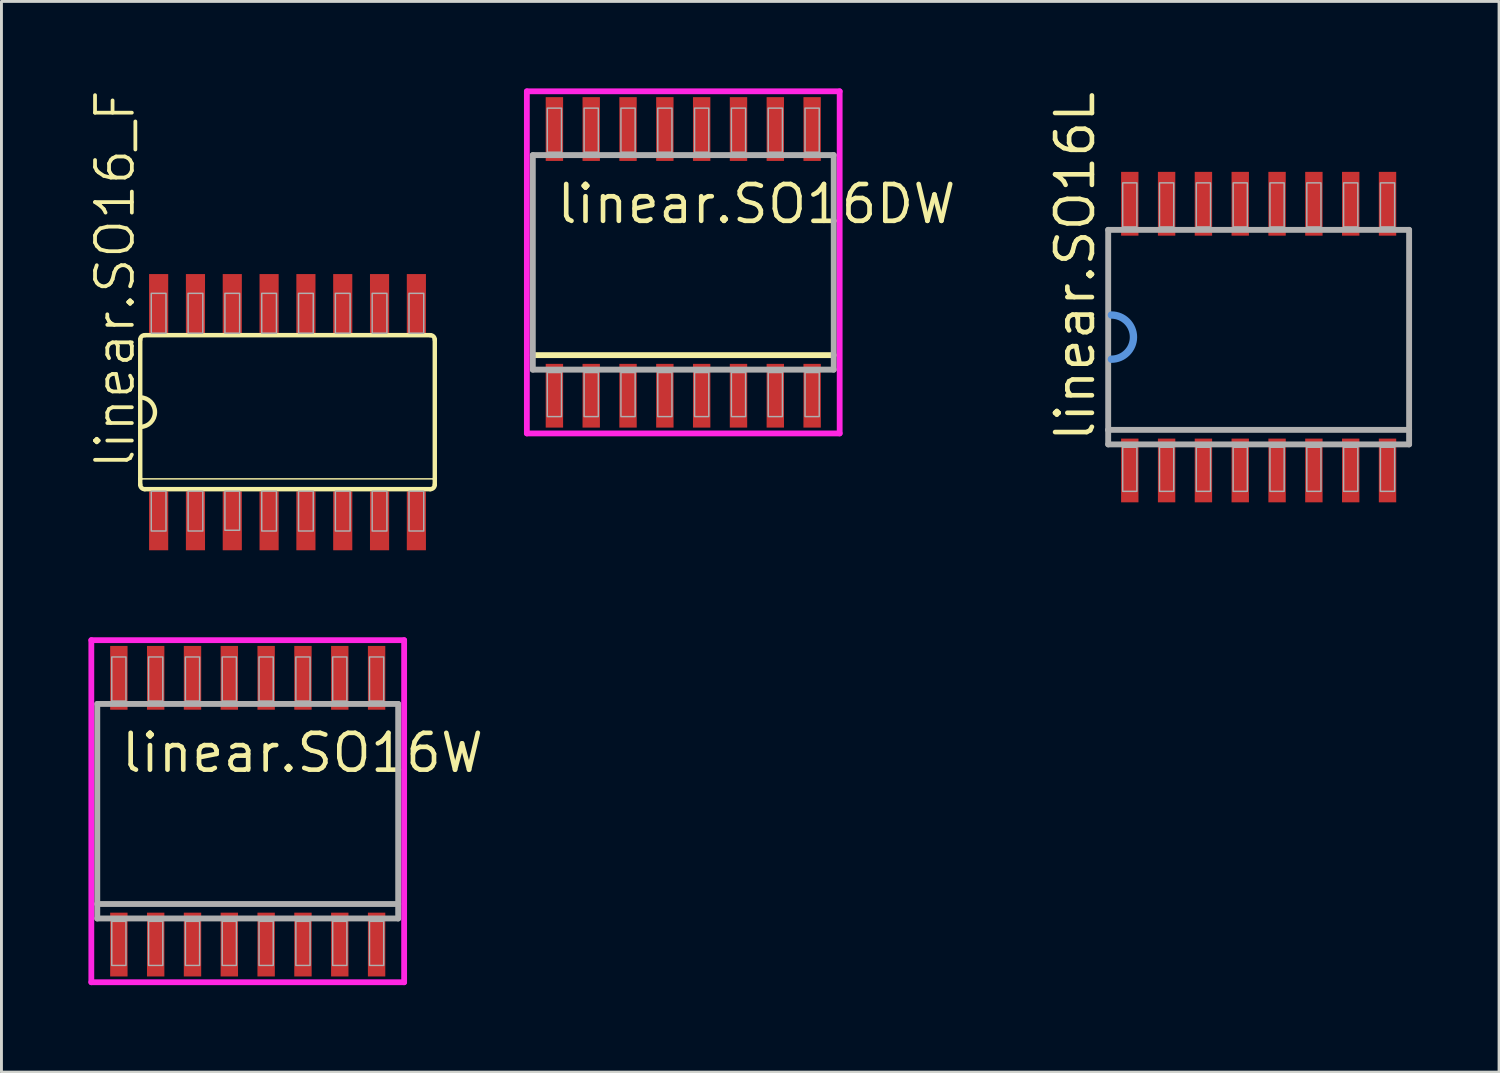
<source format=kicad_pcb>
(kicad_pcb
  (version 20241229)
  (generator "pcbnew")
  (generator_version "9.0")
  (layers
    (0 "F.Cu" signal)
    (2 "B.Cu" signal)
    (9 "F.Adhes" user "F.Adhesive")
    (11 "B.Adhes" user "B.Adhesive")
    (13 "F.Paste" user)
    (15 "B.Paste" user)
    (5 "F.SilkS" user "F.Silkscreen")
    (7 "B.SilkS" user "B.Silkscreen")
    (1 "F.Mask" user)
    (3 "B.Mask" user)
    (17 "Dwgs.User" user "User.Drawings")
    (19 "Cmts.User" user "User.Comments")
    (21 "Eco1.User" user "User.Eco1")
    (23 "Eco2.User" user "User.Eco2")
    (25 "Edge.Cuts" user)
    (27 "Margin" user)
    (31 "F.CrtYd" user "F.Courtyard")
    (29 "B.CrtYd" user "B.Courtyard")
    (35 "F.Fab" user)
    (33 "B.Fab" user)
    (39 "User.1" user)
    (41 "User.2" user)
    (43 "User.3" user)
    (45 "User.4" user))
  (footprint "linear.SO16_F"
    (layer "F.Cu")
    (at 6.867 11.167)
    (property "Reference" "linear.SO16_F" (at -5.207 2.032 90) (layer "F.SilkS") (effects (font (size 1.27 1.27) (thickness 0.13)) (justify left bottom)))
    (attr smd)
    (fp_line (start -5.08 -2.5) (end -5.08 -0.508) (stroke (width 0.152) (type default)) (layer "F.SilkS"))
    (fp_line (start -5.08 -0.508) (end -5.08 0.508) (stroke (width 0.152) (type default)) (layer "F.SilkS"))
    (fp_line (start -5.08 0.508) (end -5.08 2.3) (stroke (width 0.152) (type default)) (layer "F.SilkS"))
    (fp_line (start -5.08 2.3) (end -5.08 2.5) (stroke (width 0.152) (type default)) (layer "F.SilkS"))
    (fp_line (start -5.08 2.3) (end 5.08 2.3) (stroke (width 0.051) (type default)) (layer "F.SilkS"))
    (fp_line (start -4.924 2.656) (end 4.924 2.656) (stroke (width 0.152) (type default)) (layer "F.SilkS"))
    (fp_line (start 4.924 -2.656) (end -4.924 -2.656) (stroke (width 0.152) (type default)) (layer "F.SilkS"))
    (fp_line (start 5.08 2.3) (end 5.08 -2.5) (stroke (width 0.152) (type default)) (layer "F.SilkS"))
    (fp_line (start 5.08 2.5) (end 5.08 2.3) (stroke (width 0.152) (type default)) (layer "F.SilkS"))
    (fp_arc (start -5.08 -2.4998) (mid -5.034309 -2.610109) (end -4.924 -2.6558) (stroke (width 0.1524) (type default)) (layer "F.SilkS"))
    (fp_arc (start -5.08 -0.508) (mid -4.572 0) (end -5.08 0.508) (stroke (width 0.1524) (type default)) (layer "F.SilkS"))
    (fp_arc (start -4.924 2.6558) (mid -5.034309 2.610109) (end -5.08 2.4998) (stroke (width 0.1524) (type default)) (layer "F.SilkS"))
    (fp_arc (start 4.924 -2.6558) (mid 5.034309 -2.610109) (end 5.08 -2.4998) (stroke (width 0.1524) (type default)) (layer "F.SilkS"))
    (fp_arc (start 5.08 2.4998) (mid 5.034309 2.610109) (end 4.924 2.6558) (stroke (width 0.1524) (type default)) (layer "F.SilkS"))
    (fp_rect (start -4.699 -2.725) (end -4.191 -4.099) (stroke (width 0.05) (type default)) (fill no) (layer "F.Fab"))
    (fp_rect (start -4.699 4.099) (end -4.191 2.725) (stroke (width 0.05) (type default)) (fill no) (layer "F.Fab"))
    (fp_rect (start -3.429 -2.725) (end -2.921 -4.099) (stroke (width 0.05) (type default)) (fill no) (layer "F.Fab"))
    (fp_rect (start -3.429 4.099) (end -2.921 2.725) (stroke (width 0.05) (type default)) (fill no) (layer "F.Fab"))
    (fp_rect (start -2.159 -2.725) (end -1.651 -4.099) (stroke (width 0.05) (type default)) (fill no) (layer "F.Fab"))
    (fp_rect (start -2.159 4.073) (end -1.651 2.725) (stroke (width 0.05) (type default)) (fill no) (layer "F.Fab"))
    (fp_rect (start -0.889 -2.725) (end -0.381 -4.099) (stroke (width 0.05) (type default)) (fill no) (layer "F.Fab"))
    (fp_rect (start -0.889 4.099) (end -0.381 2.725) (stroke (width 0.05) (type default)) (fill no) (layer "F.Fab"))
    (fp_rect (start 0.381 -2.725) (end 0.889 -4.099) (stroke (width 0.05) (type default)) (fill no) (layer "F.Fab"))
    (fp_rect (start 0.381 4.099) (end 0.889 2.725) (stroke (width 0.05) (type default)) (fill no) (layer "F.Fab"))
    (fp_rect (start 1.651 -2.725) (end 2.159 -4.099) (stroke (width 0.05) (type default)) (fill no) (layer "F.Fab"))
    (fp_rect (start 1.651 4.099) (end 2.159 2.725) (stroke (width 0.05) (type default)) (fill no) (layer "F.Fab"))
    (fp_rect (start 2.921 -2.725) (end 3.429 -4.099) (stroke (width 0.05) (type default)) (fill no) (layer "F.Fab"))
    (fp_rect (start 2.921 4.099) (end 3.429 2.725) (stroke (width 0.05) (type default)) (fill no) (layer "F.Fab"))
    (fp_rect (start 4.191 -2.725) (end 4.699 -4.099) (stroke (width 0.05) (type default)) (fill no) (layer "F.Fab"))
    (fp_rect (start 4.191 4.099) (end 4.699 2.725) (stroke (width 0.05) (type default)) (fill no) (layer "F.Fab"))
    (pad "1" smd roundrect (at -4.445 3.748) (size 0.66 2.032) (layers "F.Cu" "F.Mask" "F.Paste") (roundrect_rratio 0.01))
    (pad "2" smd roundrect (at -3.175 3.748) (size 0.66 2.032) (layers "F.Cu" "F.Mask" "F.Paste") (roundrect_rratio 0.01))
    (pad "3" smd roundrect (at -1.905 3.748) (size 0.66 2.032) (layers "F.Cu" "F.Mask" "F.Paste") (roundrect_rratio 0.01))
    (pad "4" smd roundrect (at -0.635 3.748) (size 0.66 2.032) (layers "F.Cu" "F.Mask" "F.Paste") (roundrect_rratio 0.01))
    (pad "5" smd roundrect (at 0.635 3.748) (size 0.66 2.032) (layers "F.Cu" "F.Mask" "F.Paste") (roundrect_rratio 0.01))
    (pad "6" smd roundrect (at 1.905 3.748) (size 0.66 2.032) (layers "F.Cu" "F.Mask" "F.Paste") (roundrect_rratio 0.01))
    (pad "7" smd roundrect (at 3.175 3.748) (size 0.66 2.032) (layers "F.Cu" "F.Mask" "F.Paste") (roundrect_rratio 0.01))
    (pad "8" smd roundrect (at 4.445 3.748) (size 0.66 2.032) (layers "F.Cu" "F.Mask" "F.Paste") (roundrect_rratio 0.01))
    (pad "9" smd roundrect (at 4.445 -3.748) (size 0.66 2.032) (layers "F.Cu" "F.Mask" "F.Paste") (roundrect_rratio 0.01))
    (pad "10" smd roundrect (at 3.175 -3.748) (size 0.66 2.032) (layers "F.Cu" "F.Mask" "F.Paste") (roundrect_rratio 0.01))
    (pad "11" smd roundrect (at 1.905 -3.748) (size 0.66 2.032) (layers "F.Cu" "F.Mask" "F.Paste") (roundrect_rratio 0.01))
    (pad "12" smd roundrect (at 0.635 -3.748) (size 0.66 2.032) (layers "F.Cu" "F.Mask" "F.Paste") (roundrect_rratio 0.01))
    (pad "13" smd roundrect (at -0.635 -3.748) (size 0.66 2.032) (layers "F.Cu" "F.Mask" "F.Paste") (roundrect_rratio 0.01))
    (pad "14" smd roundrect (at -1.905 -3.748) (size 0.66 2.032) (layers "F.Cu" "F.Mask" "F.Paste") (roundrect_rratio 0.01))
    (pad "15" smd roundrect (at -3.175 -3.748) (size 0.66 2.032) (layers "F.Cu" "F.Mask" "F.Paste") (roundrect_rratio 0.01))
    (pad "16" smd roundrect (at -4.445 -3.748) (size 0.66 2.032) (layers "F.Cu" "F.Mask" "F.Paste") (roundrect_rratio 0.01)))
  (footprint "linear.SO16DW"
    (layer "F.Cu")
    (at 20.518 6)
    (property "Reference" "linear.SO16DW" (at -4.445 -1.27 0) (layer "F.SilkS") (effects (font (size 1.27 1.27) (thickness 0.16)) (justify left bottom)))
    (attr smd)
    (fp_line (start 5.19 3.2) (end -5.19 3.2) (stroke (width 0.203) (type default)) (layer "F.SilkS"))
    (fp_line (start -5.395 -5.9) (end 5.395 -5.9) (stroke (width 0.2) (type default)) (layer "F.CrtYd"))
    (fp_line (start -5.395 5.9) (end -5.395 -5.9) (stroke (width 0.2) (type default)) (layer "F.CrtYd"))
    (fp_line (start 5.395 -5.9) (end 5.395 5.9) (stroke (width 0.2) (type default)) (layer "F.CrtYd"))
    (fp_line (start 5.395 5.9) (end -5.395 5.9) (stroke (width 0.2) (type default)) (layer "F.CrtYd"))
    (fp_line (start -5.19 -3.7) (end 5.19 -3.7) (stroke (width 0.203) (type default)) (layer "F.Fab"))
    (fp_line (start -5.19 3.7) (end -5.19 -3.7) (stroke (width 0.203) (type default)) (layer "F.Fab"))
    (fp_line (start 5.19 -3.7) (end 5.19 3.7) (stroke (width 0.203) (type default)) (layer "F.Fab"))
    (fp_line (start 5.19 3.7) (end -5.19 3.7) (stroke (width 0.203) (type default)) (layer "F.Fab"))
    (fp_rect (start -4.69 -3.8) (end -4.2 -5.32) (stroke (width 0.05) (type default)) (fill no) (layer "F.Fab"))
    (fp_rect (start -4.69 5.32) (end -4.2 3.8) (stroke (width 0.05) (type default)) (fill no) (layer "F.Fab"))
    (fp_rect (start -3.42 -3.8) (end -2.93 -5.32) (stroke (width 0.05) (type default)) (fill no) (layer "F.Fab"))
    (fp_rect (start -3.42 5.32) (end -2.93 3.8) (stroke (width 0.05) (type default)) (fill no) (layer "F.Fab"))
    (fp_rect (start -2.15 -3.8) (end -1.66 -5.32) (stroke (width 0.05) (type default)) (fill no) (layer "F.Fab"))
    (fp_rect (start -2.15 5.32) (end -1.66 3.8) (stroke (width 0.05) (type default)) (fill no) (layer "F.Fab"))
    (fp_rect (start -0.88 -3.8) (end -0.39 -5.32) (stroke (width 0.05) (type default)) (fill no) (layer "F.Fab"))
    (fp_rect (start -0.88 5.32) (end -0.39 3.8) (stroke (width 0.05) (type default)) (fill no) (layer "F.Fab"))
    (fp_rect (start 0.39 -3.8) (end 0.88 -5.32) (stroke (width 0.05) (type default)) (fill no) (layer "F.Fab"))
    (fp_rect (start 0.39 5.32) (end 0.88 3.8) (stroke (width 0.05) (type default)) (fill no) (layer "F.Fab"))
    (fp_rect (start 1.66 -3.8) (end 2.15 -5.32) (stroke (width 0.05) (type default)) (fill no) (layer "F.Fab"))
    (fp_rect (start 1.66 5.32) (end 2.15 3.8) (stroke (width 0.05) (type default)) (fill no) (layer "F.Fab"))
    (fp_rect (start 2.93 -3.8) (end 3.42 -5.32) (stroke (width 0.05) (type default)) (fill no) (layer "F.Fab"))
    (fp_rect (start 2.93 5.32) (end 3.42 3.8) (stroke (width 0.05) (type default)) (fill no) (layer "F.Fab"))
    (fp_rect (start 4.2 -3.8) (end 4.69 -5.32) (stroke (width 0.05) (type default)) (fill no) (layer "F.Fab"))
    (fp_rect (start 4.2 5.32) (end 4.69 3.8) (stroke (width 0.05) (type default)) (fill no) (layer "F.Fab"))
    (pad "1" smd roundrect (at -4.445 4.6) (size 0.6 2.2) (layers "F.Cu" "F.Mask" "F.Paste") (roundrect_rratio 0.01))
    (pad "2" smd roundrect (at -3.175 4.6) (size 0.6 2.2) (layers "F.Cu" "F.Mask" "F.Paste") (roundrect_rratio 0.01))
    (pad "3" smd roundrect (at -1.905 4.6) (size 0.6 2.2) (layers "F.Cu" "F.Mask" "F.Paste") (roundrect_rratio 0.01))
    (pad "4" smd roundrect (at -0.635 4.6) (size 0.6 2.2) (layers "F.Cu" "F.Mask" "F.Paste") (roundrect_rratio 0.01))
    (pad "5" smd roundrect (at 0.635 4.6) (size 0.6 2.2) (layers "F.Cu" "F.Mask" "F.Paste") (roundrect_rratio 0.01))
    (pad "6" smd roundrect (at 1.905 4.6) (size 0.6 2.2) (layers "F.Cu" "F.Mask" "F.Paste") (roundrect_rratio 0.01))
    (pad "7" smd roundrect (at 3.175 4.6) (size 0.6 2.2) (layers "F.Cu" "F.Mask" "F.Paste") (roundrect_rratio 0.01))
    (pad "8" smd roundrect (at 4.445 4.6) (size 0.6 2.2) (layers "F.Cu" "F.Mask" "F.Paste") (roundrect_rratio 0.01))
    (pad "9" smd roundrect (at 4.445 -4.6) (size 0.6 2.2) (layers "F.Cu" "F.Mask" "F.Paste") (roundrect_rratio 0.01))
    (pad "10" smd roundrect (at 3.175 -4.6) (size 0.6 2.2) (layers "F.Cu" "F.Mask" "F.Paste") (roundrect_rratio 0.01))
    (pad "11" smd roundrect (at 1.905 -4.6) (size 0.6 2.2) (layers "F.Cu" "F.Mask" "F.Paste") (roundrect_rratio 0.01))
    (pad "12" smd roundrect (at 0.635 -4.6) (size 0.6 2.2) (layers "F.Cu" "F.Mask" "F.Paste") (roundrect_rratio 0.01))
    (pad "13" smd roundrect (at -0.635 -4.6) (size 0.6 2.2) (layers "F.Cu" "F.Mask" "F.Paste") (roundrect_rratio 0.01))
    (pad "14" smd roundrect (at -1.905 -4.6) (size 0.6 2.2) (layers "F.Cu" "F.Mask" "F.Paste") (roundrect_rratio 0.01))
    (pad "15" smd roundrect (at -3.175 -4.6) (size 0.6 2.2) (layers "F.Cu" "F.Mask" "F.Paste") (roundrect_rratio 0.01))
    (pad "16" smd roundrect (at -4.445 -4.6) (size 0.6 2.2) (layers "F.Cu" "F.Mask" "F.Paste") (roundrect_rratio 0.01)))
  (footprint "linear.SO16L"
    (layer "F.Cu")
    (at 40.365 8.578)
    (property "Reference" "linear.SO16L" (at -5.588 3.683 90) (layer "F.SilkS") (effects (font (size 1.27 1.27) (thickness 0.16)) (justify left bottom)))
    (attr smd)
    (fp_arc (start -5.08 -0.762) (mid -4.318 0) (end -5.08 0.762) (stroke (width 0.254) (type default)) (layer "Cmts.User"))
    (fp_line (start -5.19 -3.7) (end 5.19 -3.7) (stroke (width 0.203) (type default)) (layer "F.Fab"))
    (fp_line (start -5.19 3.2) (end -5.19 -3.7) (stroke (width 0.203) (type default)) (layer "F.Fab"))
    (fp_line (start -5.19 3.7) (end -5.19 3.2) (stroke (width 0.203) (type default)) (layer "F.Fab"))
    (fp_line (start 5.19 -3.7) (end 5.19 3.2) (stroke (width 0.203) (type default)) (layer "F.Fab"))
    (fp_line (start 5.19 3.2) (end -5.19 3.2) (stroke (width 0.203) (type default)) (layer "F.Fab"))
    (fp_line (start 5.19 3.2) (end 5.19 3.7) (stroke (width 0.203) (type default)) (layer "F.Fab"))
    (fp_line (start 5.19 3.7) (end -5.19 3.7) (stroke (width 0.203) (type default)) (layer "F.Fab"))
    (fp_rect (start -4.69 -3.8) (end -4.2 -5.32) (stroke (width 0.05) (type default)) (fill no) (layer "F.Fab"))
    (fp_rect (start -4.69 5.32) (end -4.2 3.8) (stroke (width 0.05) (type default)) (fill no) (layer "F.Fab"))
    (fp_rect (start -3.42 -3.8) (end -2.93 -5.32) (stroke (width 0.05) (type default)) (fill no) (layer "F.Fab"))
    (fp_rect (start -3.42 5.32) (end -2.93 3.8) (stroke (width 0.05) (type default)) (fill no) (layer "F.Fab"))
    (fp_rect (start -2.15 -3.8) (end -1.66 -5.32) (stroke (width 0.05) (type default)) (fill no) (layer "F.Fab"))
    (fp_rect (start -2.15 5.32) (end -1.66 3.8) (stroke (width 0.05) (type default)) (fill no) (layer "F.Fab"))
    (fp_rect (start -0.88 -3.8) (end -0.39 -5.32) (stroke (width 0.05) (type default)) (fill no) (layer "F.Fab"))
    (fp_rect (start -0.88 5.32) (end -0.39 3.8) (stroke (width 0.05) (type default)) (fill no) (layer "F.Fab"))
    (fp_rect (start 0.39 -3.8) (end 0.88 -5.32) (stroke (width 0.05) (type default)) (fill no) (layer "F.Fab"))
    (fp_rect (start 0.39 5.32) (end 0.88 3.8) (stroke (width 0.05) (type default)) (fill no) (layer "F.Fab"))
    (fp_rect (start 1.66 -3.8) (end 2.15 -5.32) (stroke (width 0.05) (type default)) (fill no) (layer "F.Fab"))
    (fp_rect (start 1.66 5.32) (end 2.15 3.8) (stroke (width 0.05) (type default)) (fill no) (layer "F.Fab"))
    (fp_rect (start 2.93 -3.8) (end 3.42 -5.32) (stroke (width 0.05) (type default)) (fill no) (layer "F.Fab"))
    (fp_rect (start 2.93 5.32) (end 3.42 3.8) (stroke (width 0.05) (type default)) (fill no) (layer "F.Fab"))
    (fp_rect (start 4.2 -3.8) (end 4.69 -5.32) (stroke (width 0.05) (type default)) (fill no) (layer "F.Fab"))
    (fp_rect (start 4.2 5.32) (end 4.69 3.8) (stroke (width 0.05) (type default)) (fill no) (layer "F.Fab"))
    (pad "1" smd roundrect (at -4.445 4.6) (size 0.6 2.2) (layers "F.Cu" "F.Mask" "F.Paste") (roundrect_rratio 0.01))
    (pad "2" smd roundrect (at -3.175 4.6) (size 0.6 2.2) (layers "F.Cu" "F.Mask" "F.Paste") (roundrect_rratio 0.01))
    (pad "3" smd roundrect (at -1.905 4.6) (size 0.6 2.2) (layers "F.Cu" "F.Mask" "F.Paste") (roundrect_rratio 0.01))
    (pad "4" smd roundrect (at -0.635 4.6) (size 0.6 2.2) (layers "F.Cu" "F.Mask" "F.Paste") (roundrect_rratio 0.01))
    (pad "5" smd roundrect (at 0.635 4.6) (size 0.6 2.2) (layers "F.Cu" "F.Mask" "F.Paste") (roundrect_rratio 0.01))
    (pad "6" smd roundrect (at 1.905 4.6) (size 0.6 2.2) (layers "F.Cu" "F.Mask" "F.Paste") (roundrect_rratio 0.01))
    (pad "7" smd roundrect (at 3.175 4.6) (size 0.6 2.2) (layers "F.Cu" "F.Mask" "F.Paste") (roundrect_rratio 0.01))
    (pad "8" smd roundrect (at 4.445 4.6) (size 0.6 2.2) (layers "F.Cu" "F.Mask" "F.Paste") (roundrect_rratio 0.01))
    (pad "9" smd roundrect (at 4.445 -4.6) (size 0.6 2.2) (layers "F.Cu" "F.Mask" "F.Paste") (roundrect_rratio 0.01))
    (pad "10" smd roundrect (at 3.175 -4.6) (size 0.6 2.2) (layers "F.Cu" "F.Mask" "F.Paste") (roundrect_rratio 0.01))
    (pad "11" smd roundrect (at 1.905 -4.6) (size 0.6 2.2) (layers "F.Cu" "F.Mask" "F.Paste") (roundrect_rratio 0.01))
    (pad "12" smd roundrect (at 0.635 -4.6) (size 0.6 2.2) (layers "F.Cu" "F.Mask" "F.Paste") (roundrect_rratio 0.01))
    (pad "13" smd roundrect (at -0.635 -4.6) (size 0.6 2.2) (layers "F.Cu" "F.Mask" "F.Paste") (roundrect_rratio 0.01))
    (pad "14" smd roundrect (at -1.905 -4.6) (size 0.6 2.2) (layers "F.Cu" "F.Mask" "F.Paste") (roundrect_rratio 0.01))
    (pad "15" smd roundrect (at -3.175 -4.6) (size 0.6 2.2) (layers "F.Cu" "F.Mask" "F.Paste") (roundrect_rratio 0.01))
    (pad "16" smd roundrect (at -4.445 -4.6) (size 0.6 2.2) (layers "F.Cu" "F.Mask" "F.Paste") (roundrect_rratio 0.01)))
  (footprint "linear.SO16W"
    (layer "F.Cu")
    (at 5.495 24.931)
    (property "Reference" "linear.SO16W" (at -4.445 -1.27 0) (layer "F.SilkS") (effects (font (size 1.27 1.27) (thickness 0.16)) (justify left bottom)))
    (attr smd)
    (fp_line (start -5.395 -5.9) (end 5.395 -5.9) (stroke (width 0.2) (type default)) (layer "F.CrtYd"))
    (fp_line (start -5.395 5.9) (end -5.395 -5.9) (stroke (width 0.2) (type default)) (layer "F.CrtYd"))
    (fp_line (start 5.395 -5.9) (end 5.395 5.9) (stroke (width 0.2) (type default)) (layer "F.CrtYd"))
    (fp_line (start 5.395 5.9) (end -5.395 5.9) (stroke (width 0.2) (type default)) (layer "F.CrtYd"))
    (fp_line (start -5.19 -3.7) (end 5.19 -3.7) (stroke (width 0.203) (type default)) (layer "F.Fab"))
    (fp_line (start -5.19 3.2) (end -5.19 -3.7) (stroke (width 0.203) (type default)) (layer "F.Fab"))
    (fp_line (start -5.19 3.7) (end -5.19 3.2) (stroke (width 0.203) (type default)) (layer "F.Fab"))
    (fp_line (start 5.19 -3.7) (end 5.19 3.2) (stroke (width 0.203) (type default)) (layer "F.Fab"))
    (fp_line (start 5.19 3.2) (end -5.19 3.2) (stroke (width 0.203) (type default)) (layer "F.Fab"))
    (fp_line (start 5.19 3.2) (end 5.19 3.7) (stroke (width 0.203) (type default)) (layer "F.Fab"))
    (fp_line (start 5.19 3.7) (end -5.19 3.7) (stroke (width 0.203) (type default)) (layer "F.Fab"))
    (fp_rect (start -4.69 -3.8) (end -4.2 -5.32) (stroke (width 0.05) (type default)) (fill no) (layer "F.Fab"))
    (fp_rect (start -4.69 5.32) (end -4.2 3.8) (stroke (width 0.05) (type default)) (fill no) (layer "F.Fab"))
    (fp_rect (start -3.42 -3.8) (end -2.93 -5.32) (stroke (width 0.05) (type default)) (fill no) (layer "F.Fab"))
    (fp_rect (start -3.42 5.32) (end -2.93 3.8) (stroke (width 0.05) (type default)) (fill no) (layer "F.Fab"))
    (fp_rect (start -2.15 -3.8) (end -1.66 -5.32) (stroke (width 0.05) (type default)) (fill no) (layer "F.Fab"))
    (fp_rect (start -2.15 5.32) (end -1.66 3.8) (stroke (width 0.05) (type default)) (fill no) (layer "F.Fab"))
    (fp_rect (start -0.88 -3.8) (end -0.39 -5.32) (stroke (width 0.05) (type default)) (fill no) (layer "F.Fab"))
    (fp_rect (start -0.88 5.32) (end -0.39 3.8) (stroke (width 0.05) (type default)) (fill no) (layer "F.Fab"))
    (fp_rect (start 0.39 -3.8) (end 0.88 -5.32) (stroke (width 0.05) (type default)) (fill no) (layer "F.Fab"))
    (fp_rect (start 0.39 5.32) (end 0.88 3.8) (stroke (width 0.05) (type default)) (fill no) (layer "F.Fab"))
    (fp_rect (start 1.66 -3.8) (end 2.15 -5.32) (stroke (width 0.05) (type default)) (fill no) (layer "F.Fab"))
    (fp_rect (start 1.66 5.32) (end 2.15 3.8) (stroke (width 0.05) (type default)) (fill no) (layer "F.Fab"))
    (fp_rect (start 2.93 -3.8) (end 3.42 -5.32) (stroke (width 0.05) (type default)) (fill no) (layer "F.Fab"))
    (fp_rect (start 2.93 5.32) (end 3.42 3.8) (stroke (width 0.05) (type default)) (fill no) (layer "F.Fab"))
    (fp_rect (start 4.2 -3.8) (end 4.69 -5.32) (stroke (width 0.05) (type default)) (fill no) (layer "F.Fab"))
    (fp_rect (start 4.2 5.32) (end 4.69 3.8) (stroke (width 0.05) (type default)) (fill no) (layer "F.Fab"))
    (pad "1" smd roundrect (at -4.445 4.6) (size 0.6 2.2) (layers "F.Cu" "F.Mask" "F.Paste") (roundrect_rratio 0.01))
    (pad "2" smd roundrect (at -3.175 4.6) (size 0.6 2.2) (layers "F.Cu" "F.Mask" "F.Paste") (roundrect_rratio 0.01))
    (pad "3" smd roundrect (at -1.905 4.6) (size 0.6 2.2) (layers "F.Cu" "F.Mask" "F.Paste") (roundrect_rratio 0.01))
    (pad "4" smd roundrect (at -0.635 4.6) (size 0.6 2.2) (layers "F.Cu" "F.Mask" "F.Paste") (roundrect_rratio 0.01))
    (pad "5" smd roundrect (at 0.635 4.6) (size 0.6 2.2) (layers "F.Cu" "F.Mask" "F.Paste") (roundrect_rratio 0.01))
    (pad "6" smd roundrect (at 1.905 4.6) (size 0.6 2.2) (layers "F.Cu" "F.Mask" "F.Paste") (roundrect_rratio 0.01))
    (pad "7" smd roundrect (at 3.175 4.6) (size 0.6 2.2) (layers "F.Cu" "F.Mask" "F.Paste") (roundrect_rratio 0.01))
    (pad "8" smd roundrect (at 4.445 4.6) (size 0.6 2.2) (layers "F.Cu" "F.Mask" "F.Paste") (roundrect_rratio 0.01))
    (pad "9" smd roundrect (at 4.445 -4.6) (size 0.6 2.2) (layers "F.Cu" "F.Mask" "F.Paste") (roundrect_rratio 0.01))
    (pad "10" smd roundrect (at 3.175 -4.6) (size 0.6 2.2) (layers "F.Cu" "F.Mask" "F.Paste") (roundrect_rratio 0.01))
    (pad "11" smd roundrect (at 1.905 -4.6) (size 0.6 2.2) (layers "F.Cu" "F.Mask" "F.Paste") (roundrect_rratio 0.01))
    (pad "12" smd roundrect (at 0.635 -4.6) (size 0.6 2.2) (layers "F.Cu" "F.Mask" "F.Paste") (roundrect_rratio 0.01))
    (pad "13" smd roundrect (at -0.635 -4.6) (size 0.6 2.2) (layers "F.Cu" "F.Mask" "F.Paste") (roundrect_rratio 0.01))
    (pad "14" smd roundrect (at -1.905 -4.6) (size 0.6 2.2) (layers "F.Cu" "F.Mask" "F.Paste") (roundrect_rratio 0.01))
    (pad "15" smd roundrect (at -3.175 -4.6) (size 0.6 2.2) (layers "F.Cu" "F.Mask" "F.Paste") (roundrect_rratio 0.01))
    (pad "16" smd roundrect (at -4.445 -4.6) (size 0.6 2.2) (layers "F.Cu" "F.Mask" "F.Paste") (roundrect_rratio 0.01)))
  (gr_rect
    (start -3 -3)
    (end 48.657 33.931)
    (stroke (width 0.1) (type default))
    (fill no)
    (layer "Edge.Cuts")))
</source>
